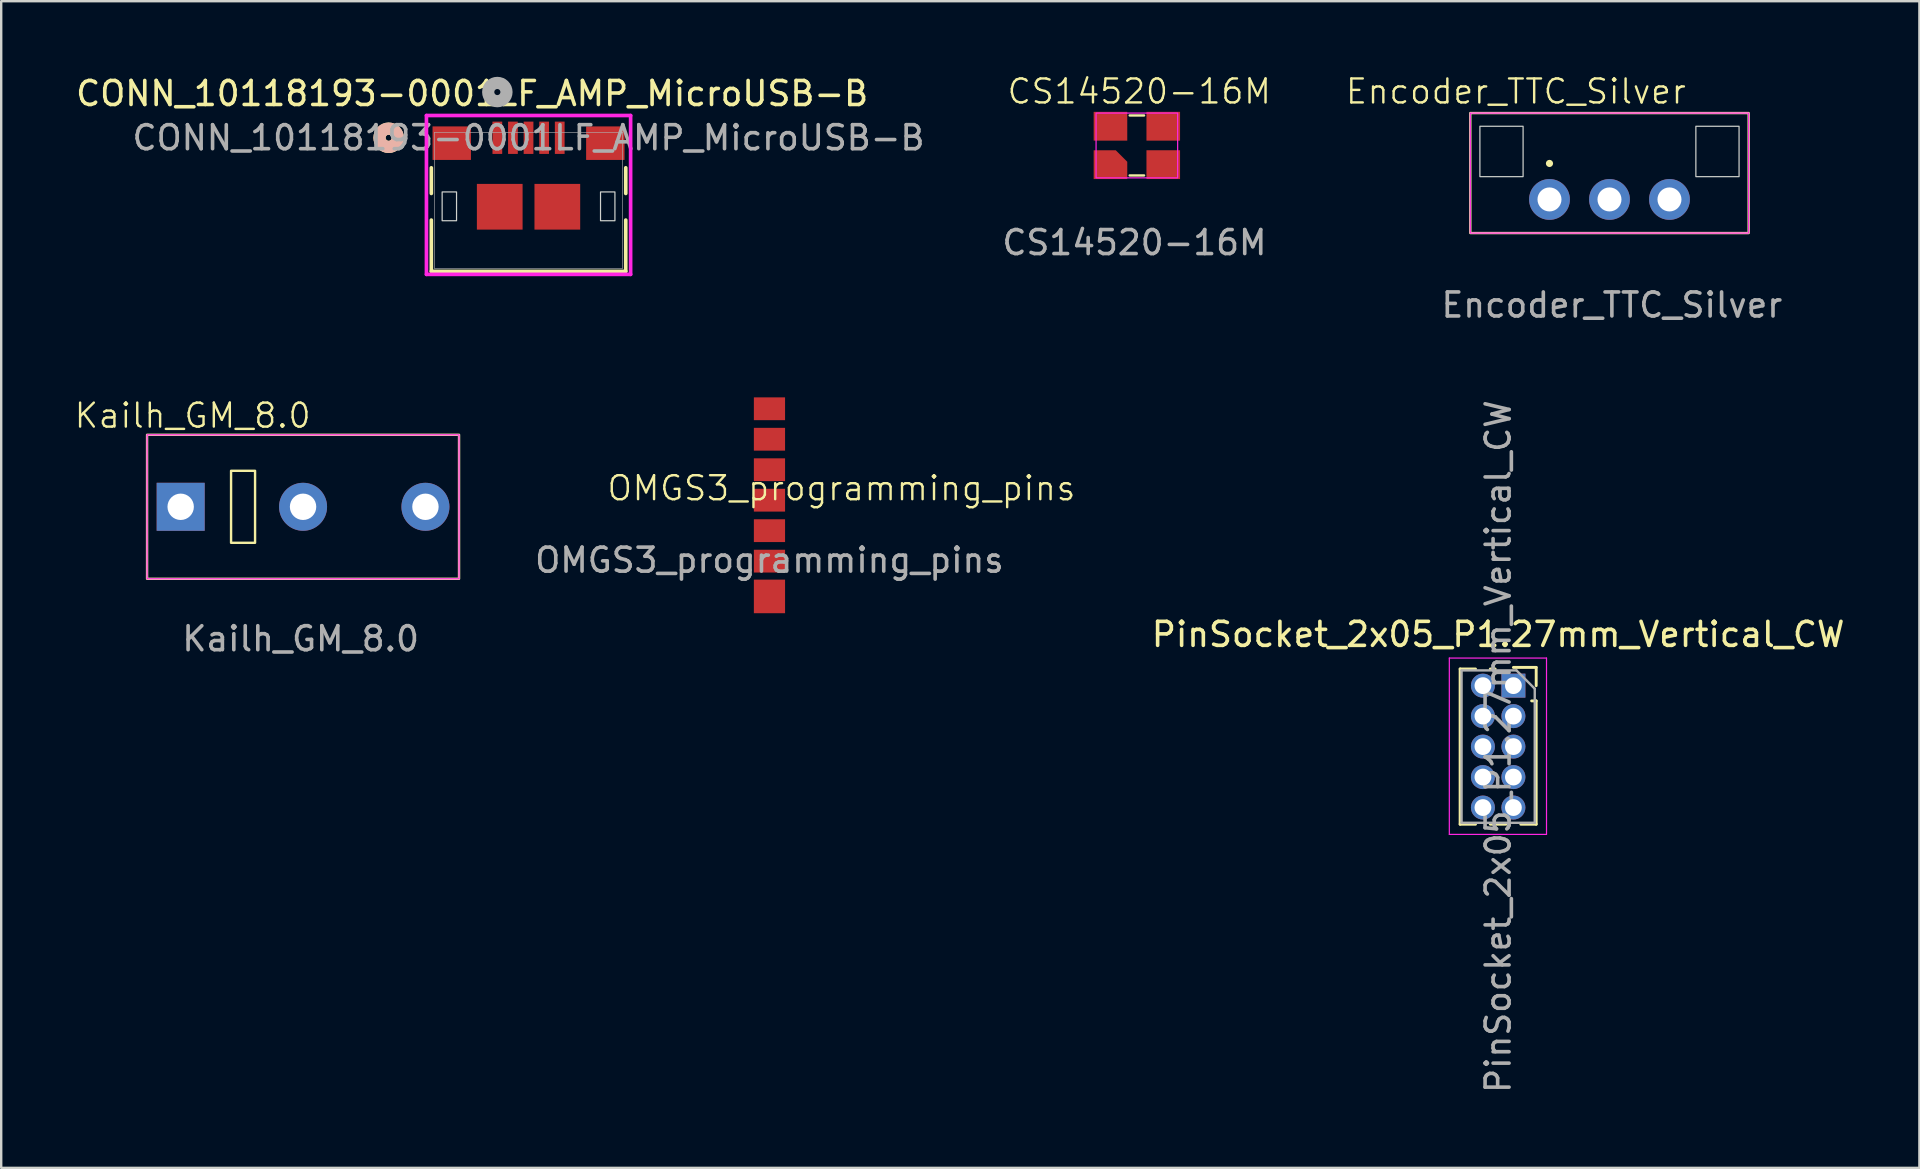
<source format=kicad_pcb>
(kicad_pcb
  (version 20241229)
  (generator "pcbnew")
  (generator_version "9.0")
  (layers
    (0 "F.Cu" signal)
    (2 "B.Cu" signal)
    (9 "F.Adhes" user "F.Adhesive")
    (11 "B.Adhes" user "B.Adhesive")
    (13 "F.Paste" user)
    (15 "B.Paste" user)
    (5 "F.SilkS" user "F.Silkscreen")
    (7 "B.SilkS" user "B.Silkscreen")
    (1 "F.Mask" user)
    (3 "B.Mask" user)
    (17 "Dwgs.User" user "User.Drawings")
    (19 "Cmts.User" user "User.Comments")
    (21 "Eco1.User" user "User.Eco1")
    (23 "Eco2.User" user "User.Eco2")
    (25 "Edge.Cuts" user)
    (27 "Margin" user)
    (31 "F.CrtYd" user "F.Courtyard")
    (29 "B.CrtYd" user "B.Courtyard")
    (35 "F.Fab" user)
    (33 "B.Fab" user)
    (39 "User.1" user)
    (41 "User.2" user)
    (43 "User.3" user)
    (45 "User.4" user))
  (footprint "CS14520-16M"
    (layer "F.Cu")
    (at 44.325 2.961)
    (property "Reference" "CS14520-16M" (at 0.1 -2.2 0) (unlocked yes) (layer "F.SilkS") (effects (font (size 1 1) (thickness 0.1))))
    (attr smd)
    (fp_line (start -0.3 -1.2) (end 0.3 -1.2) (stroke (width 0.1) (type default)) (layer "F.SilkS"))
    (fp_line (start 0.3 1.3) (end -0.3 1.3) (stroke (width 0.1) (type default)) (layer "F.SilkS"))
    (fp_rect (start -1.7 -1.3) (end 1.7 1.4) (stroke (width 0.05) (type default)) (fill no) (layer "F.CrtYd"))
    (fp_text user "${REFERENCE}" (at -0.1 4.1 0) (unlocked yes) (layer "F.Fab") (effects (font (size 1 1) (thickness 0.15))))
    (pad "1" smd roundrect (at -1.1 0.85) (size 1.4 1.2) (layers "F.Cu" "F.Mask" "F.Paste") (roundrect_rratio 0) (chamfer_ratio 0.4) (chamfer top_right))
    (pad "2" smd rect (at 1.1 0.85) (size 1.4 1.2) (layers "F.Cu" "F.Mask" "F.Paste"))
    (pad "3" smd rect (at 1.1 -0.75) (size 1.4 1.2) (layers "F.Cu" "F.Mask" "F.Paste"))
    (pad "4" smd rect (at -1.1 -0.75) (size 1.4 1.2) (layers "F.Cu" "F.Mask" "F.Paste"))
    (zone (net_name "") (layer "F.SilkS") (hatch edge 0.5) (connect_pads) (min_thickness 0.25) (filled_areas_thickness no) (keepout (tracks allowed) (vias allowed) (pads not_allowed) (copperpour allowed) (footprints not_allowed)) (placement (enabled no)) (fill) (polygon (pts (xy 42.725 1.76) (xy 45.925 1.76) (xy 45.925 4.261) (xy 42.725 4.261)))))
  (footprint "Kailh_GM_8.0"
    (layer "F.Cu")
    (at 9.579 18.069)
    (property "Reference" "Kailh_GM_8.0" (at -4.6 -3.8 0) (unlocked yes) (layer "F.SilkS") (effects (font (size 1 1) (thickness 0.1))))
    (attr through_hole)
    (fp_rect (start -6.5 -3) (end 6.5 3) (stroke (width 0.1) (type default)) (fill no) (layer "F.SilkS"))
    (fp_rect (start -3 -1.5) (end -2 1.5) (stroke (width 0.1) (type default)) (fill no) (layer "F.SilkS"))
    (fp_rect (start -6.5 -3) (end 6.5 3) (stroke (width 0.05) (type default)) (fill no) (layer "F.CrtYd"))
    (fp_text user "${REFERENCE}" (at -0.1 5.5 0) (unlocked yes) (layer "F.Fab") (effects (font (size 1 1) (thickness 0.15))))
    (pad "1" thru_hole rect (at -5.1 0) (size 2 2) (drill 1.1) (layers "*.Cu" "*.Mask"))
    (pad "2" thru_hole circle (at 0 0) (size 2 2) (drill 1.1) (layers "*.Cu" "*.Mask"))
    (pad "3" thru_hole circle (at 5.1 0) (size 2 2) (drill 1.1) (layers "*.Cu" "*.Mask"))
    (zone (net_name "") (layer "F.SilkS") (hatch edge 0.5) (connect_pads) (min_thickness 0.25) (filled_areas_thickness no) (keepout (tracks allowed) (vias allowed) (pads not_allowed) (copperpour allowed) (footprints not_allowed)) (placement (enabled no)) (fill) (polygon (pts (xy 3.079 15.069) (xy 16.079 15.069) (xy 16.079 21.069) (xy 3.079 21.069)))))
  (footprint "OMGS3_programming_pins"
    (layer "F.Cu")
    (at 29.015 17.794)
    (property "Reference" "OMGS3_programming_pins" (at 3 -0.5 0) (unlocked yes) (layer "F.SilkS") (effects (font (size 1 1) (thickness 0.1))))
    (attr smd)
    (fp_text user "${REFERENCE}" (at 0 2.5 0) (unlocked yes) (layer "F.Fab") (effects (font (size 1 1) (thickness 0.15))))
    (pad "1" smd rect (at 0 4.01 90) (size 1.4 1.3) (layers "F.Cu" "F.Mask" "F.Paste"))
    (pad "2" smd rect (at 0 2.54 90) (size 0.95 1.3) (layers "F.Cu" "F.Mask" "F.Paste"))
    (pad "3" smd rect (at 0 1.27 90) (size 0.95 1.3) (layers "F.Cu" "F.Mask" "F.Paste"))
    (pad "4" smd rect (at 0 0 90) (size 0.95 1.3) (layers "F.Cu" "F.Mask" "F.Paste"))
    (pad "5" smd rect (at 0 -1.27 90) (size 0.95 1.3) (layers "F.Cu" "F.Mask" "F.Paste"))
    (pad "6" smd rect (at 0 -2.54 90) (size 0.95 1.3) (layers "F.Cu" "F.Mask" "F.Paste"))
    (pad "7" smd rect (at 0 -3.81 90) (size 0.95 1.3) (layers "F.Cu" "F.Mask" "F.Paste")))
  (footprint "CONN_10118193-0001LF_AMP_MicroUSB-B"
    (layer "F.Cu")
    (at 18.975 5.298)
    (property "Reference" "CONN_10118193-0001LF_AMP_MicroUSB-B" (at -2.35 -4.45 0) (unlocked yes) (layer "F.SilkS") (effects (font (size 1 1) (thickness 0.15))))
    (attr smd)
    (fp_line (start -4.051 -1.355) (end -4.051 -0.287) (stroke (width 0.152) (type solid)) (layer "F.SilkS"))
    (fp_line (start -4.051 0.823) (end -4.051 2.959) (stroke (width 0.152) (type solid)) (layer "F.SilkS"))
    (fp_line (start -4.051 2.959) (end 4.051 2.959) (stroke (width 0.152) (type solid)) (layer "F.SilkS"))
    (fp_line (start 4.051 -0.287) (end 4.051 -1.355) (stroke (width 0.152) (type solid)) (layer "F.SilkS"))
    (fp_line (start 4.051 2.959) (end 4.051 0.823) (stroke (width 0.152) (type solid)) (layer "F.SilkS"))
    (fp_circle (center -5.829 -2.607) (end -5.448 -2.607) (stroke (width 0.508) (type solid)) (fill no) (layer "F.SilkS"))
    (fp_circle (center -5.829 -2.607) (end -5.448 -2.607) (stroke (width 0.508) (type solid)) (fill no) (layer "B.SilkS"))
    (fp_rect (start -3.6 -0.35) (end -3 0.85) (stroke (width 0.05) (type default)) (fill no) (layer "Edge.Cuts"))
    (fp_rect (start 3 -0.35) (end 3.6 0.85) (stroke (width 0.05) (type default)) (fill no) (layer "Edge.Cuts"))
    (fp_line (start -4.254 -3.534) (end -4.254 3.086) (stroke (width 0.152) (type solid)) (layer "F.CrtYd"))
    (fp_line (start -4.254 3.086) (end 4.254 3.086) (stroke (width 0.152) (type solid)) (layer "F.CrtYd"))
    (fp_line (start 4.254 -3.534) (end -4.254 -3.534) (stroke (width 0.152) (type solid)) (layer "F.CrtYd"))
    (fp_line (start 4.254 3.086) (end 4.254 -3.534) (stroke (width 0.152) (type solid)) (layer "F.CrtYd"))
    (fp_line (start -3.924 -2.832) (end -3.924 2.832) (stroke (width 0.025) (type solid)) (layer "F.Fab"))
    (fp_line (start -3.924 2.832) (end 3.924 2.832) (stroke (width 0.025) (type solid)) (layer "F.Fab"))
    (fp_line (start 3.924 -2.832) (end -3.924 -2.832) (stroke (width 0.025) (type solid)) (layer "F.Fab"))
    (fp_line (start 3.924 2.832) (end 3.924 -2.832) (stroke (width 0.025) (type solid)) (layer "F.Fab"))
    (fp_circle (center -1.3 -4.512) (end -0.919 -4.512) (stroke (width 0.508) (type solid)) (fill no) (layer "F.Fab"))
    (fp_text user "${REFERENCE}" (at 0 -2.607 0) (unlocked yes) (layer "F.Fab") (effects (font (size 1 1) (thickness 0.15))))
    (pad "1" smd rect (at -1.3 -2.607) (size 0.406 1.346) (layers "F.Cu" "F.Mask" "F.Paste"))
    (pad "2" smd rect (at -0.65 -2.607) (size 0.406 1.346) (layers "F.Cu" "F.Mask" "F.Paste"))
    (pad "3" smd rect (at 0 -2.607) (size 0.406 1.346) (layers "F.Cu" "F.Mask" "F.Paste"))
    (pad "4" smd rect (at 0.65 -2.607) (size 0.406 1.346) (layers "F.Cu" "F.Mask" "F.Paste"))
    (pad "5" smd rect (at 1.3 -2.607) (size 0.406 1.346) (layers "F.Cu" "F.Mask" "F.Paste"))
    (pad "6" smd rect (at -3.2 -2.382) (size 1.6 1.397) (layers "F.Cu" "F.Mask" "F.Paste"))
    (pad "7" smd rect (at 3.2 -2.382) (size 1.6 1.397) (layers "F.Cu" "F.Mask" "F.Paste"))
    (pad "8" smd rect (at -1.2 0.268) (size 1.905 1.905) (layers "F.Cu" "F.Mask" "F.Paste"))
    (pad "9" smd rect (at 1.2 0.268) (size 1.905 1.905) (layers "F.Cu" "F.Mask" "F.Paste")))
  (footprint "Encoder_TTC_Silver"
    (layer "F.Cu")
    (at 64.02 5.261)
    (property "Reference" "Encoder_TTC_Silver" (at -3.9 -4.5 0) (unlocked yes) (layer "F.SilkS") (effects (font (size 1 1) (thickness 0.1))))
    (attr through_hole)
    (fp_rect (start -5.8 -3.6) (end 5.8 1.4) (stroke (width 0.1) (type default)) (fill no) (layer "F.SilkS"))
    (fp_circle (center -2.5 -1.5) (end -2.4 -1.5) (stroke (width 0.1) (type solid)) (fill yes) (layer "F.SilkS"))
    (fp_rect (start -5.4 -3.05) (end -3.6 -0.95) (stroke (width 0.05) (type default)) (fill no) (layer "Edge.Cuts"))
    (fp_rect (start 3.6 -3.05) (end 5.4 -0.95) (stroke (width 0.05) (type default)) (fill no) (layer "Edge.Cuts"))
    (fp_rect (start -5.8 -3.6) (end 5.8 1.4) (stroke (width 0.05) (type default)) (fill no) (layer "F.CrtYd"))
    (fp_text user "${REFERENCE}" (at 0.1 4.4 0) (unlocked yes) (layer "F.Fab") (effects (font (size 1 1) (thickness 0.15))))
    (pad "A" thru_hole circle (at -2.5 0) (size 1.7 1.7) (drill 1) (layers "*.Cu" "*.Mask"))
    (pad "B" thru_hole circle (at 0 0) (size 1.7 1.7) (drill 1) (layers "*.Cu" "*.Mask"))
    (pad "C" thru_hole circle (at 2.5 0) (size 1.7 1.7) (drill 1) (layers "*.Cu" "*.Mask"))
    (zone (net_name "") (layer "F.SilkS") (hatch edge 0.5) (connect_pads) (min_thickness 0.25) (filled_areas_thickness no) (keepout (tracks allowed) (vias allowed) (pads not_allowed) (copperpour allowed) (footprints not_allowed)) (placement (enabled no)) (fill) (polygon (pts (xy 58.22 1.661) (xy 69.82 1.661) (xy 69.82 6.66) (xy 58.22 6.66)))))
  (footprint "PinSocket_2x05_P1.27mm_Vertical_CW"
    (layer "F.Cu")
    (at 60.016 25.522)
    (property "Reference" "PinSocket_2x05_P1.27mm_Vertical_CW" (at -0.635 -2.135 0) (layer "F.SilkS") (effects (font (size 1 1) (thickness 0.15))))
    (attr through_hole)
    (fp_line (start -2.22 -0.695) (end -2.22 5.775) (stroke (width 0.12) (type solid)) (layer "F.SilkS"))
    (fp_line (start -2.22 -0.695) (end -1.578 -0.695) (stroke (width 0.12) (type solid)) (layer "F.SilkS"))
    (fp_line (start -2.22 5.775) (end -1.578 5.775) (stroke (width 0.12) (type solid)) (layer "F.SilkS"))
    (fp_line (start -0.962 -0.695) (end -0.76 -0.695) (stroke (width 0.12) (type solid)) (layer "F.SilkS"))
    (fp_line (start -0.962 5.775) (end -0.308 5.775) (stroke (width 0.12) (type solid)) (layer "F.SilkS"))
    (fp_line (start 0 -0.76) (end 0.95 -0.76) (stroke (width 0.12) (type solid)) (layer "F.SilkS"))
    (fp_line (start 0.308 5.775) (end 0.95 5.775) (stroke (width 0.12) (type solid)) (layer "F.SilkS"))
    (fp_line (start 0.76 0.635) (end 0.95 0.635) (stroke (width 0.12) (type solid)) (layer "F.SilkS"))
    (fp_line (start 0.95 -0.76) (end 0.95 0) (stroke (width 0.12) (type solid)) (layer "F.SilkS"))
    (fp_line (start 0.95 0.635) (end 0.95 5.775) (stroke (width 0.12) (type solid)) (layer "F.SilkS"))
    (fp_line (start -2.67 -1.15) (end 1.38 -1.15) (stroke (width 0.05) (type solid)) (layer "F.CrtYd"))
    (fp_line (start -2.67 6.2) (end -2.67 -1.15) (stroke (width 0.05) (type solid)) (layer "F.CrtYd"))
    (fp_line (start 1.38 -1.15) (end 1.38 6.2) (stroke (width 0.05) (type solid)) (layer "F.CrtYd"))
    (fp_line (start 1.38 6.2) (end -2.67 6.2) (stroke (width 0.05) (type solid)) (layer "F.CrtYd"))
    (fp_line (start -2.16 -0.635) (end 0.128 -0.635) (stroke (width 0.1) (type solid)) (layer "F.Fab"))
    (fp_line (start -2.16 5.715) (end -2.16 -0.635) (stroke (width 0.1) (type solid)) (layer "F.Fab"))
    (fp_line (start 0.128 -0.635) (end 0.89 0.128) (stroke (width 0.1) (type solid)) (layer "F.Fab"))
    (fp_line (start 0.89 0.128) (end 0.89 5.715) (stroke (width 0.1) (type solid)) (layer "F.Fab"))
    (fp_line (start 0.89 5.715) (end -2.16 5.715) (stroke (width 0.1) (type solid)) (layer "F.Fab"))
    (fp_text user "${REFERENCE}" (at -0.635 2.54 90) (layer "F.Fab") (effects (font (size 1 1) (thickness 0.15))))
    (pad "1" thru_hole rect (at 0 0) (size 1 1) (drill 0.7) (layers "*.Cu" "*.Mask"))
    (pad "2" thru_hole oval (at 0 1.27) (size 1 1) (drill 0.7) (layers "*.Cu" "*.Mask"))
    (pad "3" thru_hole oval (at 0 2.54) (size 1 1) (drill 0.7) (layers "*.Cu" "*.Mask"))
    (pad "4" thru_hole oval (at 0 3.81) (size 1 1) (drill 0.7) (layers "*.Cu" "*.Mask"))
    (pad "5" thru_hole oval (at 0 5.08) (size 1 1) (drill 0.7) (layers "*.Cu" "*.Mask"))
    (pad "6" thru_hole oval (at -1.27 5.08) (size 1 1) (drill 0.7) (layers "*.Cu" "*.Mask"))
    (pad "7" thru_hole oval (at -1.27 3.81) (size 1 1) (drill 0.7) (layers "*.Cu" "*.Mask"))
    (pad "8" thru_hole oval (at -1.27 2.54) (size 1 1) (drill 0.7) (layers "*.Cu" "*.Mask"))
    (pad "9" thru_hole oval (at -1.27 1.27) (size 1 1) (drill 0.7) (layers "*.Cu" "*.Mask"))
    (pad "10" thru_hole oval (at -1.27 0) (size 1 1) (drill 0.7) (layers "*.Cu" "*.Mask")))
  (gr_rect
    (start -3 -3)
    (end 76.935 45.616)
    (stroke (width 0.1) (type default))
    (fill no)
    (layer "Edge.Cuts")))
</source>
